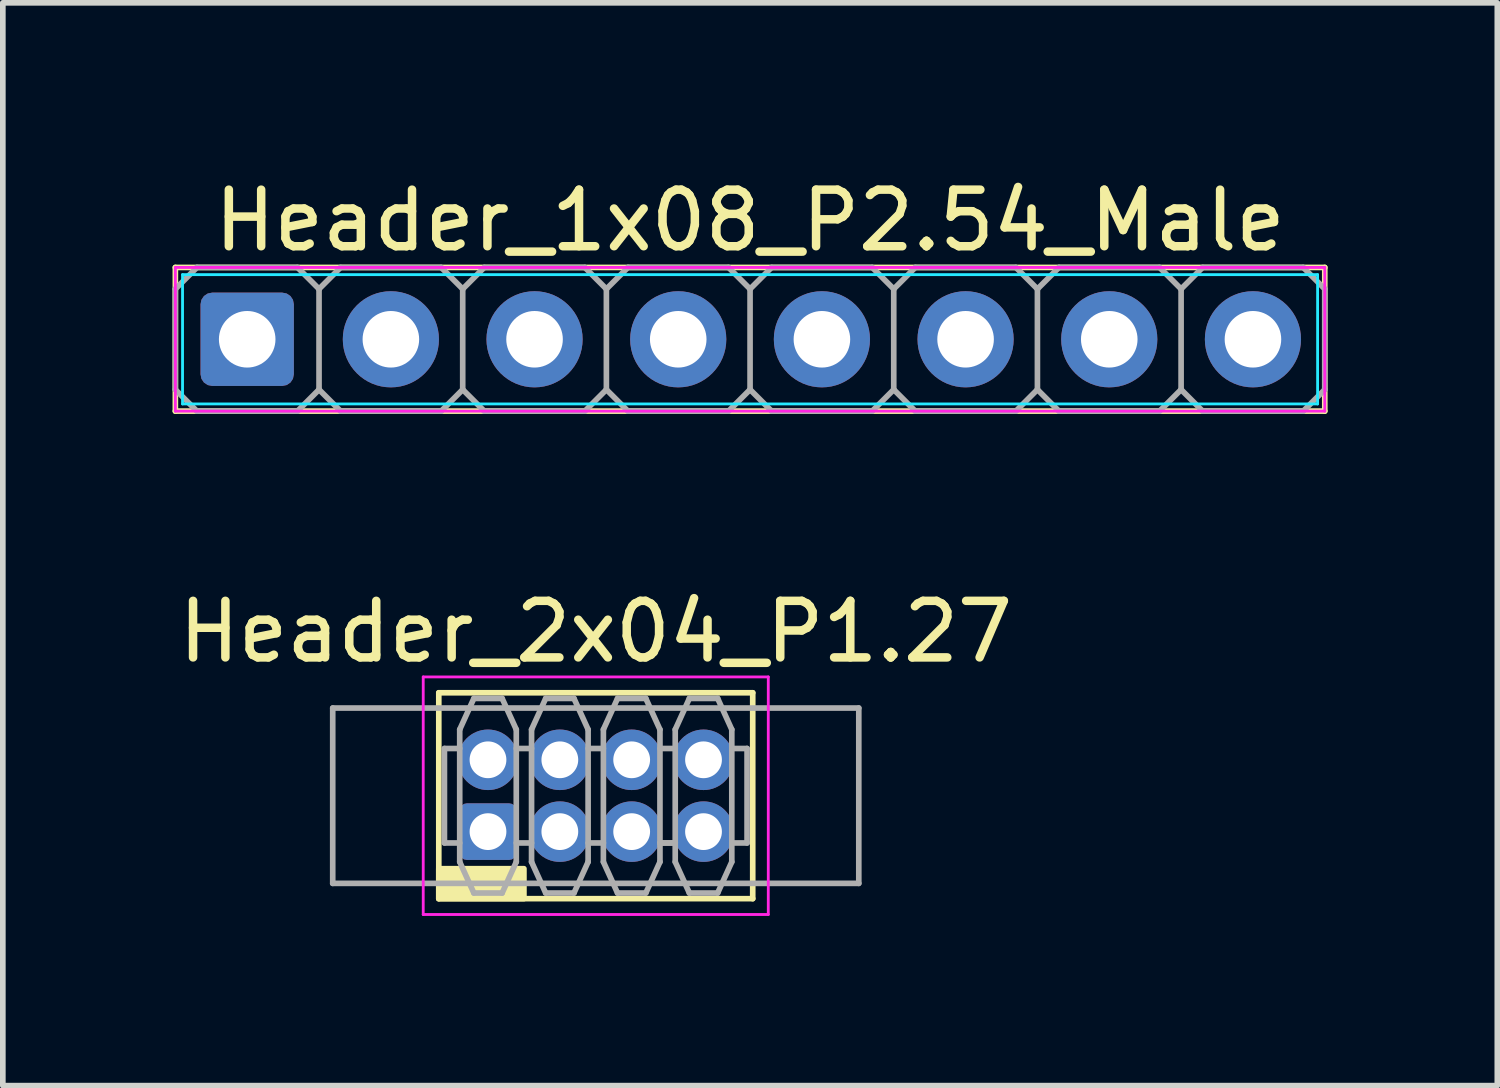
<source format=kicad_pcb>
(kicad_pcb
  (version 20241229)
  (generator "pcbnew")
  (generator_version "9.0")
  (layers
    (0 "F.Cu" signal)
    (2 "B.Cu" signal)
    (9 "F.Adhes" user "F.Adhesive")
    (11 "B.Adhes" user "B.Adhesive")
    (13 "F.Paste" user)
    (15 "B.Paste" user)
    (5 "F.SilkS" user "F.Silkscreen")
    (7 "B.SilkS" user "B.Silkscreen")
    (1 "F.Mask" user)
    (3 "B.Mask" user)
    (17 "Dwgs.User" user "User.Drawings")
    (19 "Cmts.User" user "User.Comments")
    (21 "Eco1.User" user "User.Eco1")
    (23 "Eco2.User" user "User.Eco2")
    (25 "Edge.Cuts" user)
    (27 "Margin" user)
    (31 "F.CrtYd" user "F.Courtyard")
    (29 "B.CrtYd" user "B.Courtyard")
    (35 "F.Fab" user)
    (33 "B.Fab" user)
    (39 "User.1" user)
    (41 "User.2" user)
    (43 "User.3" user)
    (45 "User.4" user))
  (footprint "Header_1x08_P2.54_Male"
    (layer "F.Cu")
    (at 10.21 2.948)
    (property "Reference" "Header_1x08_P2.54_Male" (at 0 -2.1 0) (layer "F.SilkS") (effects (font (size 1 1) (thickness 0.15))))
    (attr through_hole)
    (fp_line (start -10.16 -1.27) (end -10.16 1.27) (stroke (width 0.1) (type solid)) (layer "F.SilkS"))
    (fp_line (start -10.16 1.27) (end 10.16 1.27) (stroke (width 0.1) (type solid)) (layer "F.SilkS"))
    (fp_line (start 10.16 -1.27) (end -10.16 -1.27) (stroke (width 0.1) (type solid)) (layer "F.SilkS"))
    (fp_line (start 10.16 1.27) (end 10.16 -1.27) (stroke (width 0.1) (type solid)) (layer "F.SilkS"))
    (fp_line (start -10.033 -1.143) (end -10.033 1.143) (stroke (width 0.05) (type solid)) (layer "B.CrtYd"))
    (fp_line (start -10.033 1.143) (end 10.033 1.143) (stroke (width 0.05) (type solid)) (layer "B.CrtYd"))
    (fp_line (start 10.033 -1.143) (end -10.033 -1.143) (stroke (width 0.05) (type solid)) (layer "B.CrtYd"))
    (fp_line (start 10.033 1.143) (end 10.033 -1.143) (stroke (width 0.05) (type solid)) (layer "B.CrtYd"))
    (fp_line (start -10.16 -1.27) (end -10.16 1.27) (stroke (width 0.05) (type solid)) (layer "F.CrtYd"))
    (fp_line (start -10.16 1.27) (end 10.16 1.27) (stroke (width 0.05) (type solid)) (layer "F.CrtYd"))
    (fp_line (start 10.16 -1.27) (end -10.16 -1.27) (stroke (width 0.05) (type solid)) (layer "F.CrtYd"))
    (fp_line (start 10.16 1.27) (end 10.16 -1.27) (stroke (width 0.05) (type solid)) (layer "F.CrtYd"))
    (fp_line (start -10.16 -0.889) (end -10.16 0.889) (stroke (width 0.1) (type solid)) (layer "F.Fab"))
    (fp_line (start -10.16 0.889) (end -9.779 1.27) (stroke (width 0.1) (type solid)) (layer "F.Fab"))
    (fp_line (start -9.779 -1.27) (end -10.16 -0.889) (stroke (width 0.1) (type solid)) (layer "F.Fab"))
    (fp_line (start -9.779 -1.27) (end -8.001 -1.27) (stroke (width 0.1) (type solid)) (layer "F.Fab"))
    (fp_line (start -9.779 1.27) (end -8.001 1.27) (stroke (width 0.1) (type solid)) (layer "F.Fab"))
    (fp_line (start -8.001 -1.27) (end -7.62 -0.889) (stroke (width 0.1) (type solid)) (layer "F.Fab"))
    (fp_line (start -8.001 1.27) (end -7.62 0.889) (stroke (width 0.1) (type solid)) (layer "F.Fab"))
    (fp_line (start -7.62 -0.889) (end -7.62 0.889) (stroke (width 0.1) (type solid)) (layer "F.Fab"))
    (fp_line (start -7.62 0.889) (end -7.239 1.27) (stroke (width 0.1) (type solid)) (layer "F.Fab"))
    (fp_line (start -7.239 -1.27) (end -7.62 -0.889) (stroke (width 0.1) (type solid)) (layer "F.Fab"))
    (fp_line (start -7.239 -1.27) (end -5.461 -1.27) (stroke (width 0.1) (type solid)) (layer "F.Fab"))
    (fp_line (start -7.239 1.27) (end -5.461 1.27) (stroke (width 0.1) (type solid)) (layer "F.Fab"))
    (fp_line (start -5.461 -1.27) (end -5.08 -0.889) (stroke (width 0.1) (type solid)) (layer "F.Fab"))
    (fp_line (start -5.461 1.27) (end -5.08 0.889) (stroke (width 0.1) (type solid)) (layer "F.Fab"))
    (fp_line (start -5.08 -0.889) (end -5.08 0.889) (stroke (width 0.1) (type solid)) (layer "F.Fab"))
    (fp_line (start -5.08 0.889) (end -4.699 1.27) (stroke (width 0.1) (type solid)) (layer "F.Fab"))
    (fp_line (start -4.699 -1.27) (end -5.08 -0.889) (stroke (width 0.1) (type solid)) (layer "F.Fab"))
    (fp_line (start -4.699 -1.27) (end -2.921 -1.27) (stroke (width 0.1) (type solid)) (layer "F.Fab"))
    (fp_line (start -4.699 1.27) (end -2.921 1.27) (stroke (width 0.1) (type solid)) (layer "F.Fab"))
    (fp_line (start -2.921 -1.27) (end -2.54 -0.889) (stroke (width 0.1) (type solid)) (layer "F.Fab"))
    (fp_line (start -2.921 1.27) (end -2.54 0.889) (stroke (width 0.1) (type solid)) (layer "F.Fab"))
    (fp_line (start -2.54 -0.889) (end -2.54 0.889) (stroke (width 0.1) (type solid)) (layer "F.Fab"))
    (fp_line (start -2.54 0.889) (end -2.159 1.27) (stroke (width 0.1) (type solid)) (layer "F.Fab"))
    (fp_line (start -2.159 -1.27) (end -2.54 -0.889) (stroke (width 0.1) (type solid)) (layer "F.Fab"))
    (fp_line (start -2.159 -1.27) (end -0.381 -1.27) (stroke (width 0.1) (type solid)) (layer "F.Fab"))
    (fp_line (start -2.159 1.27) (end -0.381 1.27) (stroke (width 0.1) (type solid)) (layer "F.Fab"))
    (fp_line (start -0.381 -1.27) (end 0 -0.889) (stroke (width 0.1) (type solid)) (layer "F.Fab"))
    (fp_line (start -0.381 1.27) (end 0 0.889) (stroke (width 0.1) (type solid)) (layer "F.Fab"))
    (fp_line (start 0 -0.889) (end 0 0.889) (stroke (width 0.1) (type solid)) (layer "F.Fab"))
    (fp_line (start 0 0.889) (end 0.381 1.27) (stroke (width 0.1) (type solid)) (layer "F.Fab"))
    (fp_line (start 0.381 -1.27) (end 0 -0.889) (stroke (width 0.1) (type solid)) (layer "F.Fab"))
    (fp_line (start 0.381 -1.27) (end 2.159 -1.27) (stroke (width 0.1) (type solid)) (layer "F.Fab"))
    (fp_line (start 0.381 1.27) (end 2.159 1.27) (stroke (width 0.1) (type solid)) (layer "F.Fab"))
    (fp_line (start 2.159 -1.27) (end 2.54 -0.889) (stroke (width 0.1) (type solid)) (layer "F.Fab"))
    (fp_line (start 2.159 1.27) (end 2.54 0.889) (stroke (width 0.1) (type solid)) (layer "F.Fab"))
    (fp_line (start 2.54 -0.889) (end 2.54 0.889) (stroke (width 0.1) (type solid)) (layer "F.Fab"))
    (fp_line (start 2.54 0.889) (end 2.921 1.27) (stroke (width 0.1) (type solid)) (layer "F.Fab"))
    (fp_line (start 2.921 -1.27) (end 2.54 -0.889) (stroke (width 0.1) (type solid)) (layer "F.Fab"))
    (fp_line (start 2.921 -1.27) (end 4.699 -1.27) (stroke (width 0.1) (type solid)) (layer "F.Fab"))
    (fp_line (start 2.921 1.27) (end 4.699 1.27) (stroke (width 0.1) (type solid)) (layer "F.Fab"))
    (fp_line (start 4.699 -1.27) (end 5.08 -0.889) (stroke (width 0.1) (type solid)) (layer "F.Fab"))
    (fp_line (start 4.699 1.27) (end 5.08 0.889) (stroke (width 0.1) (type solid)) (layer "F.Fab"))
    (fp_line (start 5.08 -0.889) (end 5.08 0.889) (stroke (width 0.1) (type solid)) (layer "F.Fab"))
    (fp_line (start 5.08 0.889) (end 5.461 1.27) (stroke (width 0.1) (type solid)) (layer "F.Fab"))
    (fp_line (start 5.461 -1.27) (end 5.08 -0.889) (stroke (width 0.1) (type solid)) (layer "F.Fab"))
    (fp_line (start 5.461 -1.27) (end 7.239 -1.27) (stroke (width 0.1) (type solid)) (layer "F.Fab"))
    (fp_line (start 5.461 1.27) (end 7.239 1.27) (stroke (width 0.1) (type solid)) (layer "F.Fab"))
    (fp_line (start 7.239 -1.27) (end 7.62 -0.889) (stroke (width 0.1) (type solid)) (layer "F.Fab"))
    (fp_line (start 7.239 1.27) (end 7.62 0.889) (stroke (width 0.1) (type solid)) (layer "F.Fab"))
    (fp_line (start 7.62 -0.889) (end 7.62 0.889) (stroke (width 0.1) (type solid)) (layer "F.Fab"))
    (fp_line (start 7.62 0.889) (end 8.001 1.27) (stroke (width 0.1) (type solid)) (layer "F.Fab"))
    (fp_line (start 8.001 -1.27) (end 7.62 -0.889) (stroke (width 0.1) (type solid)) (layer "F.Fab"))
    (fp_line (start 8.001 -1.27) (end 9.779 -1.27) (stroke (width 0.1) (type solid)) (layer "F.Fab"))
    (fp_line (start 8.001 1.27) (end 9.779 1.27) (stroke (width 0.1) (type solid)) (layer "F.Fab"))
    (fp_line (start 9.779 -1.27) (end 10.16 -0.889) (stroke (width 0.1) (type solid)) (layer "F.Fab"))
    (fp_line (start 9.779 1.27) (end 10.16 0.889) (stroke (width 0.1) (type solid)) (layer "F.Fab"))
    (fp_line (start 10.16 -0.889) (end 10.16 0.889) (stroke (width 0.1) (type solid)) (layer "F.Fab"))
    (pad "1" thru_hole roundrect (at -8.89 0) (size 1.65 1.65) (drill 1) (layers "*.Cu" "*.Mask") (roundrect_rratio 0.125))
    (pad "2" thru_hole circle (at -6.35 0) (size 1.7 1.7) (drill 1) (layers "*.Cu" "*.Mask"))
    (pad "3" thru_hole circle (at -3.81 0) (size 1.7 1.7) (drill 1) (layers "*.Cu" "*.Mask"))
    (pad "4" thru_hole circle (at -1.27 0) (size 1.7 1.7) (drill 1) (layers "*.Cu" "*.Mask"))
    (pad "5" thru_hole circle (at 1.27 0) (size 1.7 1.7) (drill 1) (layers "*.Cu" "*.Mask"))
    (pad "6" thru_hole circle (at 3.81 0) (size 1.7 1.7) (drill 1) (layers "*.Cu" "*.Mask"))
    (pad "7" thru_hole circle (at 6.35 0) (size 1.7 1.7) (drill 1) (layers "*.Cu" "*.Mask"))
    (pad "8" thru_hole circle (at 8.89 0) (size 1.7 1.7) (drill 1) (layers "*.Cu" "*.Mask")))
  (footprint "Header_2x04_P1.27"
    (layer "F.Cu")
    (at 7.482 11.017)
    (property "Reference" "Header_2x04_P1.27" (at 0 -2.9 0) (layer "F.SilkS") (effects (font (size 1 1) (thickness 0.15))))
    (attr through_hole)
    (fp_line (start -2.775 -1.82) (end -2.775 1.82) (stroke (width 0.1) (type solid)) (layer "F.SilkS"))
    (fp_line (start -2.775 -1.82) (end 2.775 -1.82) (stroke (width 0.1) (type solid)) (layer "F.SilkS"))
    (fp_line (start -2.775 1.82) (end 2.775 1.82) (stroke (width 0.1) (type solid)) (layer "F.SilkS"))
    (fp_line (start 2.775 -1.82) (end 2.775 1.82) (stroke (width 0.1) (type solid)) (layer "F.SilkS"))
    (fp_poly (pts (xy -1.27 1.82) (xy -2.775 1.82) (xy -2.775 1.29) (xy -1.27 1.29)) (stroke (width 0.1) (type solid)) (fill yes) (layer "F.SilkS"))
    (fp_line (start -3.05 -1.55) (end -3.05 1.55) (stroke (width 0.05) (type solid)) (layer "Eco2.User"))
    (fp_line (start 3.05 1.55) (end 3.05 -1.55) (stroke (width 0.05) (type solid)) (layer "Eco2.User"))
    (fp_line (start -3.05 -2.1) (end -3.05 2.1) (stroke (width 0.05) (type solid)) (layer "F.CrtYd"))
    (fp_line (start -3.05 -2.1) (end 3.05 -2.1) (stroke (width 0.05) (type solid)) (layer "F.CrtYd"))
    (fp_line (start -3.05 2.1) (end 3.05 2.1) (stroke (width 0.05) (type solid)) (layer "F.CrtYd"))
    (fp_line (start 3.05 -2.1) (end 3.05 2.1) (stroke (width 0.05) (type solid)) (layer "F.CrtYd"))
    (fp_line (start -4.65 -1.55) (end -4.65 1.55) (stroke (width 0.1) (type solid)) (layer "F.Fab"))
    (fp_line (start -4.65 -1.55) (end 4.65 -1.55) (stroke (width 0.1) (type solid)) (layer "F.Fab"))
    (fp_line (start -4.65 1.55) (end 4.65 1.55) (stroke (width 0.1) (type solid)) (layer "F.Fab"))
    (fp_line (start -2.675 -0.835) (end -2.675 0.835) (stroke (width 0.1) (type solid)) (layer "F.Fab"))
    (fp_line (start -2.405 -1.17) (end -2.405 1.17) (stroke (width 0.1) (type solid)) (layer "F.Fab"))
    (fp_line (start -2.405 -0.835) (end -2.675 -0.835) (stroke (width 0.1) (type solid)) (layer "F.Fab"))
    (fp_line (start -2.405 0.835) (end -2.675 0.835) (stroke (width 0.1) (type solid)) (layer "F.Fab"))
    (fp_line (start -2.155 -1.72) (end -2.405 -1.17) (stroke (width 0.1) (type solid)) (layer "F.Fab"))
    (fp_line (start -2.155 -1.72) (end -1.655 -1.72) (stroke (width 0.1) (type solid)) (layer "F.Fab"))
    (fp_line (start -2.155 1.72) (end -2.405 1.17) (stroke (width 0.1) (type solid)) (layer "F.Fab"))
    (fp_line (start -1.655 -1.72) (end -1.405 -1.17) (stroke (width 0.1) (type solid)) (layer "F.Fab"))
    (fp_line (start -1.655 1.72) (end -2.155 1.72) (stroke (width 0.1) (type solid)) (layer "F.Fab"))
    (fp_line (start -1.655 1.72) (end -1.405 1.17) (stroke (width 0.1) (type solid)) (layer "F.Fab"))
    (fp_line (start -1.405 -1.17) (end -1.405 1.17) (stroke (width 0.1) (type solid)) (layer "F.Fab"))
    (fp_line (start -1.135 -1.17) (end -1.135 1.17) (stroke (width 0.1) (type solid)) (layer "F.Fab"))
    (fp_line (start -1.135 -0.835) (end -1.405 -0.835) (stroke (width 0.1) (type solid)) (layer "F.Fab"))
    (fp_line (start -1.135 0.835) (end -1.405 0.835) (stroke (width 0.1) (type solid)) (layer "F.Fab"))
    (fp_line (start -0.885 -1.72) (end -1.135 -1.17) (stroke (width 0.1) (type solid)) (layer "F.Fab"))
    (fp_line (start -0.885 -1.72) (end -0.385 -1.72) (stroke (width 0.1) (type solid)) (layer "F.Fab"))
    (fp_line (start -0.885 1.72) (end -1.135 1.17) (stroke (width 0.1) (type solid)) (layer "F.Fab"))
    (fp_line (start -0.385 -1.72) (end -0.135 -1.17) (stroke (width 0.1) (type solid)) (layer "F.Fab"))
    (fp_line (start -0.385 1.72) (end -0.885 1.72) (stroke (width 0.1) (type solid)) (layer "F.Fab"))
    (fp_line (start -0.385 1.72) (end -0.135 1.17) (stroke (width 0.1) (type solid)) (layer "F.Fab"))
    (fp_line (start -0.135 -1.17) (end -0.135 1.17) (stroke (width 0.1) (type solid)) (layer "F.Fab"))
    (fp_line (start 0.135 -1.17) (end 0.135 1.17) (stroke (width 0.1) (type solid)) (layer "F.Fab"))
    (fp_line (start 0.135 -0.835) (end -0.135 -0.835) (stroke (width 0.1) (type solid)) (layer "F.Fab"))
    (fp_line (start 0.135 0.835) (end -0.135 0.835) (stroke (width 0.1) (type solid)) (layer "F.Fab"))
    (fp_line (start 0.385 -1.72) (end 0.135 -1.17) (stroke (width 0.1) (type solid)) (layer "F.Fab"))
    (fp_line (start 0.385 -1.72) (end 0.885 -1.72) (stroke (width 0.1) (type solid)) (layer "F.Fab"))
    (fp_line (start 0.385 1.72) (end 0.135 1.17) (stroke (width 0.1) (type solid)) (layer "F.Fab"))
    (fp_line (start 0.885 -1.72) (end 1.135 -1.17) (stroke (width 0.1) (type solid)) (layer "F.Fab"))
    (fp_line (start 0.885 1.72) (end 0.385 1.72) (stroke (width 0.1) (type solid)) (layer "F.Fab"))
    (fp_line (start 0.885 1.72) (end 1.135 1.17) (stroke (width 0.1) (type solid)) (layer "F.Fab"))
    (fp_line (start 1.135 -1.17) (end 1.135 1.17) (stroke (width 0.1) (type solid)) (layer "F.Fab"))
    (fp_line (start 1.405 -1.17) (end 1.405 1.17) (stroke (width 0.1) (type solid)) (layer "F.Fab"))
    (fp_line (start 1.405 -0.835) (end 1.135 -0.835) (stroke (width 0.1) (type solid)) (layer "F.Fab"))
    (fp_line (start 1.405 0.835) (end 1.135 0.835) (stroke (width 0.1) (type solid)) (layer "F.Fab"))
    (fp_line (start 1.405 0.835) (end 1.135 0.835) (stroke (width 0.1) (type solid)) (layer "F.Fab"))
    (fp_line (start 1.655 -1.72) (end 1.405 -1.17) (stroke (width 0.1) (type solid)) (layer "F.Fab"))
    (fp_line (start 1.655 -1.72) (end 2.155 -1.72) (stroke (width 0.1) (type solid)) (layer "F.Fab"))
    (fp_line (start 1.655 1.72) (end 1.405 1.17) (stroke (width 0.1) (type solid)) (layer "F.Fab"))
    (fp_line (start 2.155 -1.72) (end 2.405 -1.17) (stroke (width 0.1) (type solid)) (layer "F.Fab"))
    (fp_line (start 2.155 1.72) (end 1.655 1.72) (stroke (width 0.1) (type solid)) (layer "F.Fab"))
    (fp_line (start 2.155 1.72) (end 2.405 1.17) (stroke (width 0.1) (type solid)) (layer "F.Fab"))
    (fp_line (start 2.405 -1.17) (end 2.405 1.17) (stroke (width 0.1) (type solid)) (layer "F.Fab"))
    (fp_line (start 2.675 -0.835) (end 2.405 -0.835) (stroke (width 0.1) (type solid)) (layer "F.Fab"))
    (fp_line (start 2.675 -0.835) (end 2.675 0.835) (stroke (width 0.1) (type solid)) (layer "F.Fab"))
    (fp_line (start 2.675 0.835) (end 2.405 0.835) (stroke (width 0.1) (type solid)) (layer "F.Fab"))
    (fp_line (start 4.65 -1.55) (end 4.65 1.55) (stroke (width 0.1) (type solid)) (layer "F.Fab"))
    (fp_text user "2.54mm" (at -3.25 0 90) (layer "Eco2.User") (effects (font (size 0.25 0.25) (thickness 0.037))))
    (fp_text user "2.54mm" (at 3.25 0 270) (layer "Eco2.User") (effects (font (size 0.25 0.25) (thickness 0.037))))
    (pad "1" thru_hole roundrect (at -1.905 0.635 90) (size 1 1) (drill 0.65) (layers "*.Cu" "*.Mask") (roundrect_rratio 0.125))
    (pad "2" thru_hole oval (at -1.905 -0.635 90) (size 1.07 1.07) (drill 0.65) (layers "*.Cu" "*.Mask"))
    (pad "3" thru_hole oval (at -0.635 0.635 90) (size 1.07 1.07) (drill 0.65) (layers "*.Cu" "*.Mask"))
    (pad "4" thru_hole oval (at -0.635 -0.635 90) (size 1.07 1.07) (drill 0.65) (layers "*.Cu" "*.Mask"))
    (pad "5" thru_hole oval (at 0.635 0.635 90) (size 1.07 1.07) (drill 0.65) (layers "*.Cu" "*.Mask"))
    (pad "6" thru_hole oval (at 0.635 -0.635 90) (size 1.07 1.07) (drill 0.65) (layers "*.Cu" "*.Mask"))
    (pad "7" thru_hole oval (at 1.905 0.635 90) (size 1.07 1.07) (drill 0.65) (layers "*.Cu" "*.Mask"))
    (pad "8" thru_hole oval (at 1.905 -0.635 90) (size 1.07 1.07) (drill 0.65) (layers "*.Cu" "*.Mask")))
  (gr_rect
    (start -3 -3)
    (end 23.42 16.142)
    (stroke (width 0.1) (type default))
    (fill no)
    (layer "Edge.Cuts")))
</source>
